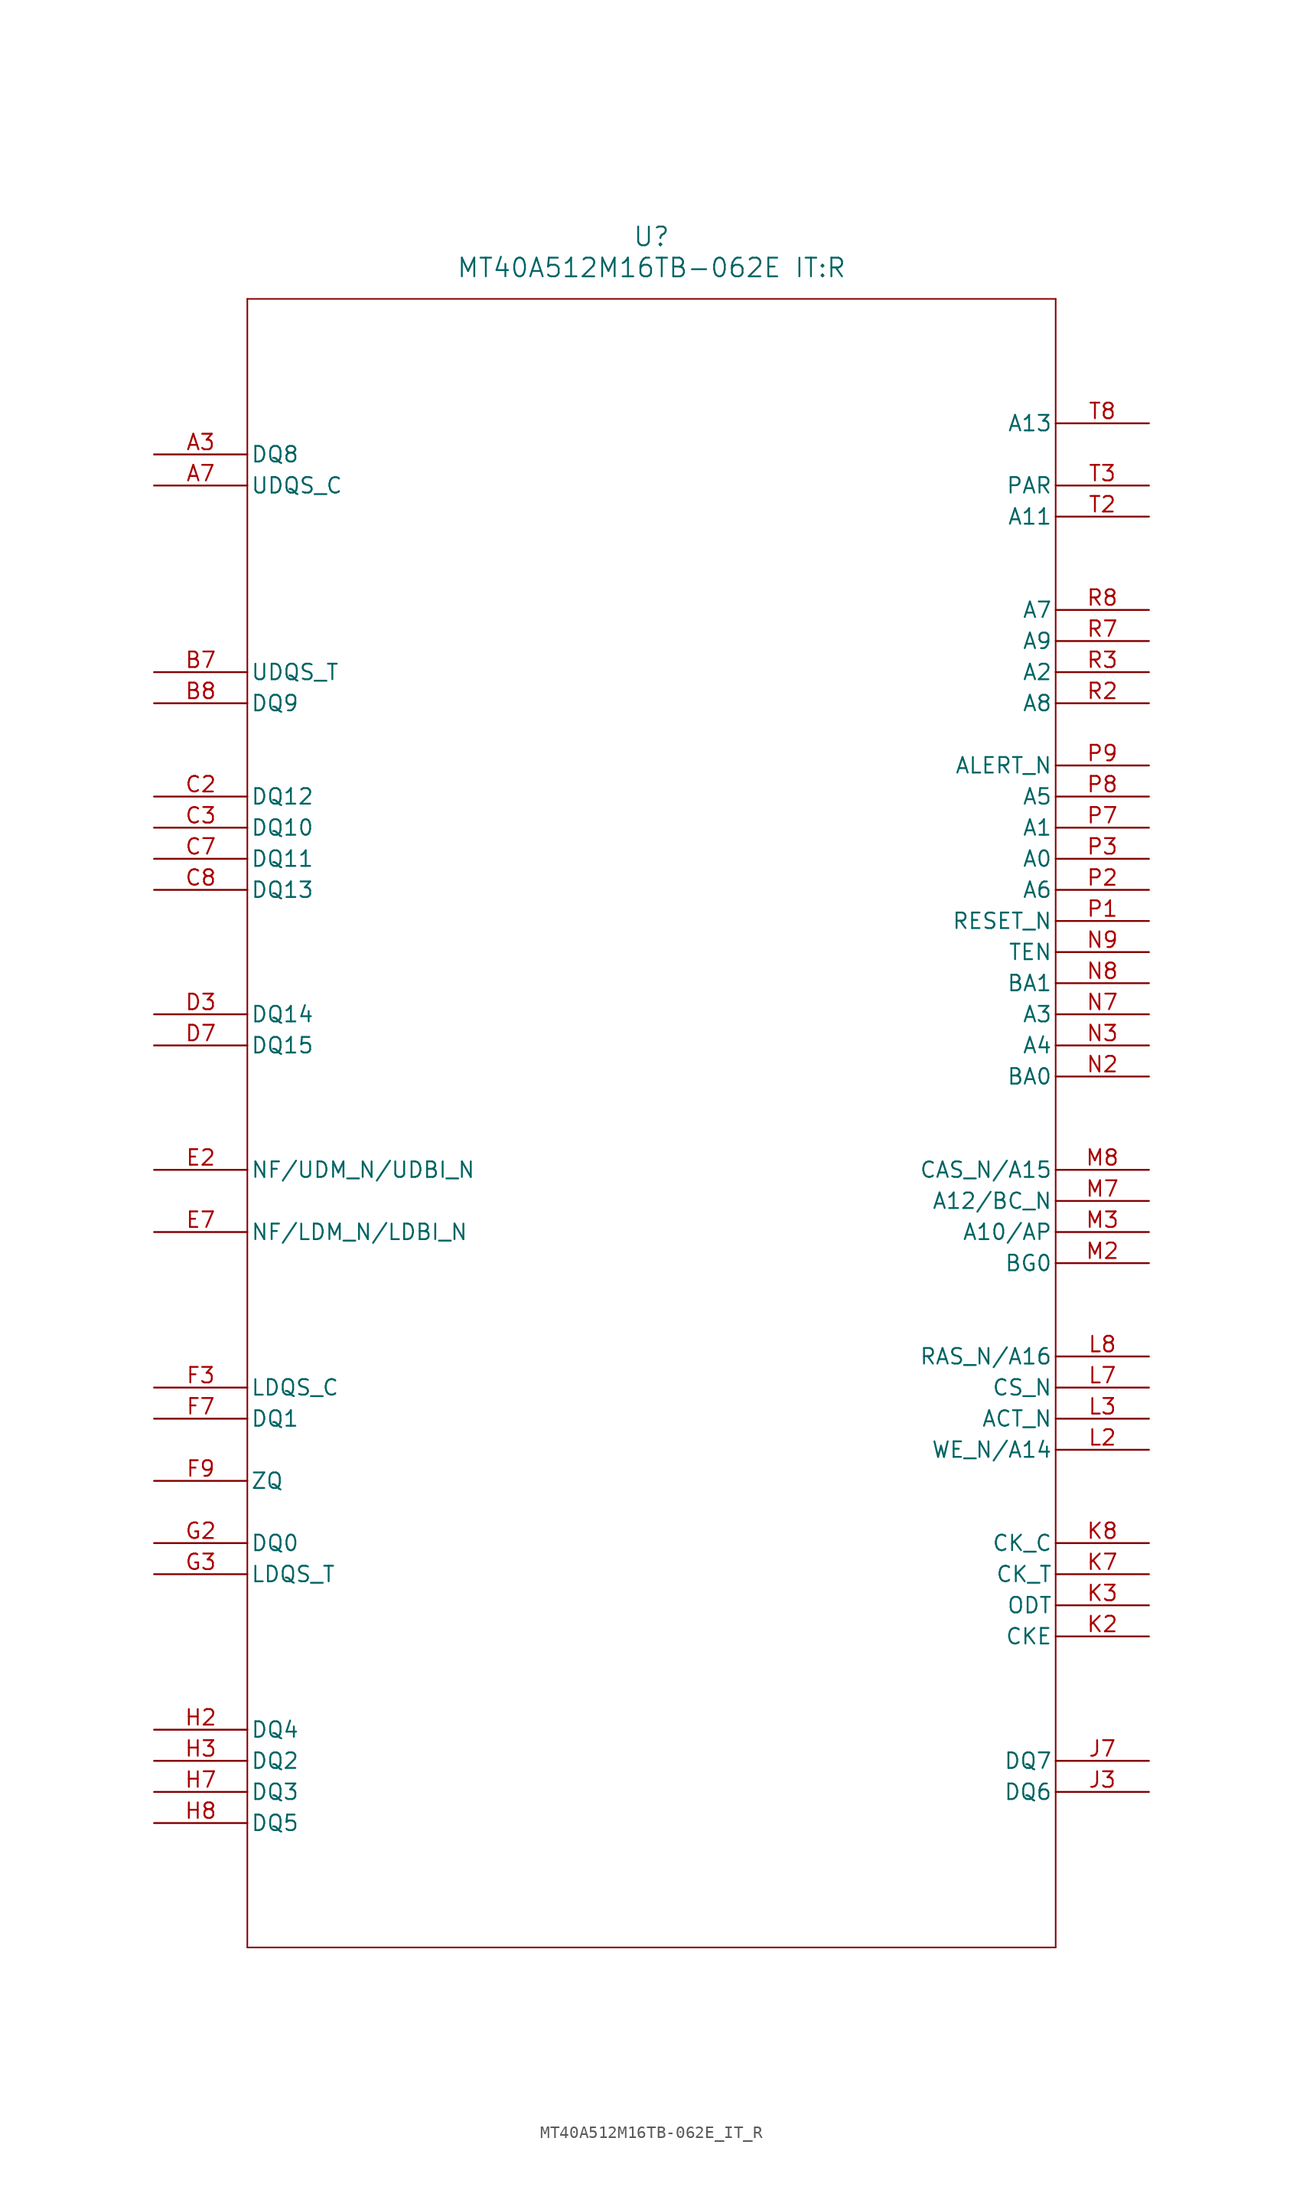
<source format=kicad_sym>
(kicad_symbol_lib
  (version 20211014)
  (generator kicad_symbol_editor)
  (symbol "MT40A512M16TB-062E_IT_R"
    (pin_names
      (offset 0.254))
    (property "Reference" "U"
      (at 40.64 12.7 0)
      (effects (font (size 1.524 1.524))))
    (property "Value" "MT40A512M16TB-062E IT:R"
      (at 40.64 10.16 0)
      (effects (font (size 1.524 1.524))))
    (symbol "MT40A512M16TB-062E_IT_R_1_1"
      (polyline (pts (xy 7.62 7.62) (xy 7.62 -127)) (stroke (width 0.127) (type default) (color 0 0 0 0)) (fill (type none)))
      (polyline (pts (xy 7.62 -127) (xy 73.66 -127)) (stroke (width 0.127) (type default) (color 0 0 0 0)) (fill (type none)))
      (polyline (pts (xy 73.66 -127) (xy 73.66 7.62)) (stroke (width 0.127) (type default) (color 0 0 0 0)) (fill (type none)))
      (polyline (pts (xy 73.66 7.62) (xy 7.62 7.62)) (stroke (width 0.127) (type default) (color 0 0 0 0)) (fill (type none)))
      (pin bidirectional line (at 0 -5.08 0) (length 7.62) (name "DQ8" (effects (font (size 1.27 1.27)))) (number "A3" (effects (font (size 1.27 1.27)))))
      (pin bidirectional line (at 0 -7.62 0) (length 7.62) (name "UDQS_C" (effects (font (size 1.27 1.27)))) (number "A7" (effects (font (size 1.27 1.27)))))
      (pin bidirectional line (at 0 -22.86 0) (length 7.62) (name "UDQS_T" (effects (font (size 1.27 1.27)))) (number "B7" (effects (font (size 1.27 1.27)))))
      (pin bidirectional line (at 0 -25.4 0) (length 7.62) (name "DQ9" (effects (font (size 1.27 1.27)))) (number "B8" (effects (font (size 1.27 1.27)))))
      (pin bidirectional line (at 0 -33.02 0) (length 7.62) (name "DQ12" (effects (font (size 1.27 1.27)))) (number "C2" (effects (font (size 1.27 1.27)))))
      (pin bidirectional line (at 0 -35.56 0) (length 7.62) (name "DQ10" (effects (font (size 1.27 1.27)))) (number "C3" (effects (font (size 1.27 1.27)))))
      (pin bidirectional line (at 0 -38.1 0) (length 7.62) (name "DQ11" (effects (font (size 1.27 1.27)))) (number "C7" (effects (font (size 1.27 1.27)))))
      (pin bidirectional line (at 0 -40.64 0) (length 7.62) (name "DQ13" (effects (font (size 1.27 1.27)))) (number "C8" (effects (font (size 1.27 1.27)))))
      (pin bidirectional line (at 0 -50.8 0) (length 7.62) (name "DQ14" (effects (font (size 1.27 1.27)))) (number "D3" (effects (font (size 1.27 1.27)))))
      (pin bidirectional line (at 0 -53.34 0) (length 7.62) (name "DQ15" (effects (font (size 1.27 1.27)))) (number "D7" (effects (font (size 1.27 1.27)))))
      (pin input line (at 0 -63.5 0) (length 7.62) (name "NF/UDM_N/UDBI_N" (effects (font (size 1.27 1.27)))) (number "E2" (effects (font (size 1.27 1.27)))))
      (pin input line (at 0 -68.58 0) (length 7.62) (name "NF/LDM_N/LDBI_N" (effects (font (size 1.27 1.27)))) (number "E7" (effects (font (size 1.27 1.27)))))
      (pin bidirectional line (at 0 -81.28 0) (length 7.62) (name "LDQS_C" (effects (font (size 1.27 1.27)))) (number "F3" (effects (font (size 1.27 1.27)))))
      (pin bidirectional line (at 0 -83.82 0) (length 7.62) (name "DQ1" (effects (font (size 1.27 1.27)))) (number "F7" (effects (font (size 1.27 1.27)))))
      (pin unspecified line (at 0 -88.9 0) (length 7.62) (name "ZQ" (effects (font (size 1.27 1.27)))) (number "F9" (effects (font (size 1.27 1.27)))))
      (pin bidirectional line (at 0 -93.98 0) (length 7.62) (name "DQ0" (effects (font (size 1.27 1.27)))) (number "G2" (effects (font (size 1.27 1.27)))))
      (pin bidirectional line (at 0 -96.52 0) (length 7.62) (name "LDQS_T" (effects (font (size 1.27 1.27)))) (number "G3" (effects (font (size 1.27 1.27)))))
      (pin bidirectional line (at 0 -109.22 0) (length 7.62) (name "DQ4" (effects (font (size 1.27 1.27)))) (number "H2" (effects (font (size 1.27 1.27)))))
      (pin bidirectional line (at 0 -111.76 0) (length 7.62) (name "DQ2" (effects (font (size 1.27 1.27)))) (number "H3" (effects (font (size 1.27 1.27)))))
      (pin bidirectional line (at 0 -114.3 0) (length 7.62) (name "DQ3" (effects (font (size 1.27 1.27)))) (number "H7" (effects (font (size 1.27 1.27)))))
      (pin bidirectional line (at 0 -116.84 0) (length 7.62) (name "DQ5" (effects (font (size 1.27 1.27)))) (number "H8" (effects (font (size 1.27 1.27)))))
      (pin bidirectional line (at 81.28 -114.3 180) (length 7.62) (name "DQ6" (effects (font (size 1.27 1.27)))) (number "J3" (effects (font (size 1.27 1.27)))))
      (pin bidirectional line (at 81.28 -111.76 180) (length 7.62) (name "DQ7" (effects (font (size 1.27 1.27)))) (number "J7" (effects (font (size 1.27 1.27)))))
      (pin input line (at 81.28 -101.6 180) (length 7.62) (name "CKE" (effects (font (size 1.27 1.27)))) (number "K2" (effects (font (size 1.27 1.27)))))
      (pin input line (at 81.28 -99.06 180) (length 7.62) (name "ODT" (effects (font (size 1.27 1.27)))) (number "K3" (effects (font (size 1.27 1.27)))))
      (pin input line (at 81.28 -96.52 180) (length 7.62) (name "CK_T" (effects (font (size 1.27 1.27)))) (number "K7" (effects (font (size 1.27 1.27)))))
      (pin input line (at 81.28 -93.98 180) (length 7.62) (name "CK_C" (effects (font (size 1.27 1.27)))) (number "K8" (effects (font (size 1.27 1.27)))))
      (pin input line (at 81.28 -86.36 180) (length 7.62) (name "WE_N/A14" (effects (font (size 1.27 1.27)))) (number "L2" (effects (font (size 1.27 1.27)))))
      (pin input line (at 81.28 -83.82 180) (length 7.62) (name "ACT_N" (effects (font (size 1.27 1.27)))) (number "L3" (effects (font (size 1.27 1.27)))))
      (pin input line (at 81.28 -81.28 180) (length 7.62) (name "CS_N" (effects (font (size 1.27 1.27)))) (number "L7" (effects (font (size 1.27 1.27)))))
      (pin input line (at 81.28 -78.74 180) (length 7.62) (name "RAS_N/A16" (effects (font (size 1.27 1.27)))) (number "L8" (effects (font (size 1.27 1.27)))))
      (pin input line (at 81.28 -71.12 180) (length 7.62) (name "BG0" (effects (font (size 1.27 1.27)))) (number "M2" (effects (font (size 1.27 1.27)))))
      (pin input line (at 81.28 -68.58 180) (length 7.62) (name "A10/AP" (effects (font (size 1.27 1.27)))) (number "M3" (effects (font (size 1.27 1.27)))))
      (pin input line (at 81.28 -66.04 180) (length 7.62) (name "A12/BC_N" (effects (font (size 1.27 1.27)))) (number "M7" (effects (font (size 1.27 1.27)))))
      (pin input line (at 81.28 -63.5 180) (length 7.62) (name "CAS_N/A15" (effects (font (size 1.27 1.27)))) (number "M8" (effects (font (size 1.27 1.27)))))
      (pin input line (at 81.28 -55.88 180) (length 7.62) (name "BA0" (effects (font (size 1.27 1.27)))) (number "N2" (effects (font (size 1.27 1.27)))))
      (pin input line (at 81.28 -53.34 180) (length 7.62) (name "A4" (effects (font (size 1.27 1.27)))) (number "N3" (effects (font (size 1.27 1.27)))))
      (pin input line (at 81.28 -50.8 180) (length 7.62) (name "A3" (effects (font (size 1.27 1.27)))) (number "N7" (effects (font (size 1.27 1.27)))))
      (pin input line (at 81.28 -48.26 180) (length 7.62) (name "BA1" (effects (font (size 1.27 1.27)))) (number "N8" (effects (font (size 1.27 1.27)))))
      (pin input line (at 81.28 -45.72 180) (length 7.62) (name "TEN" (effects (font (size 1.27 1.27)))) (number "N9" (effects (font (size 1.27 1.27)))))
      (pin unspecified line (at 81.28 -43.18 180) (length 7.62) (name "RESET_N" (effects (font (size 1.27 1.27)))) (number "P1" (effects (font (size 1.27 1.27)))))
      (pin input line (at 81.28 -40.64 180) (length 7.62) (name "A6" (effects (font (size 1.27 1.27)))) (number "P2" (effects (font (size 1.27 1.27)))))
      (pin input line (at 81.28 -38.1 180) (length 7.62) (name "A0" (effects (font (size 1.27 1.27)))) (number "P3" (effects (font (size 1.27 1.27)))))
      (pin input line (at 81.28 -35.56 180) (length 7.62) (name "A1" (effects (font (size 1.27 1.27)))) (number "P7" (effects (font (size 1.27 1.27)))))
      (pin input line (at 81.28 -33.02 180) (length 7.62) (name "A5" (effects (font (size 1.27 1.27)))) (number "P8" (effects (font (size 1.27 1.27)))))
      (pin output line (at 81.28 -30.48 180) (length 7.62) (name "ALERT_N" (effects (font (size 1.27 1.27)))) (number "P9" (effects (font (size 1.27 1.27)))))
      (pin input line (at 81.28 -25.4 180) (length 7.62) (name "A8" (effects (font (size 1.27 1.27)))) (number "R2" (effects (font (size 1.27 1.27)))))
      (pin input line (at 81.28 -22.86 180) (length 7.62) (name "A2" (effects (font (size 1.27 1.27)))) (number "R3" (effects (font (size 1.27 1.27)))))
      (pin input line (at 81.28 -20.32 180) (length 7.62) (name "A9" (effects (font (size 1.27 1.27)))) (number "R7" (effects (font (size 1.27 1.27)))))
      (pin input line (at 81.28 -17.78 180) (length 7.62) (name "A7" (effects (font (size 1.27 1.27)))) (number "R8" (effects (font (size 1.27 1.27)))))
      (pin input line (at 81.28 -10.16 180) (length 7.62) (name "A11" (effects (font (size 1.27 1.27)))) (number "T2" (effects (font (size 1.27 1.27)))))
      (pin input line (at 81.28 -7.62 180) (length 7.62) (name "PAR" (effects (font (size 1.27 1.27)))) (number "T3" (effects (font (size 1.27 1.27)))))
      (pin input line (at 81.28 -2.54 180) (length 7.62) (name "A13" (effects (font (size 1.27 1.27)))) (number "T8" (effects (font (size 1.27 1.27))))))))
</source>
